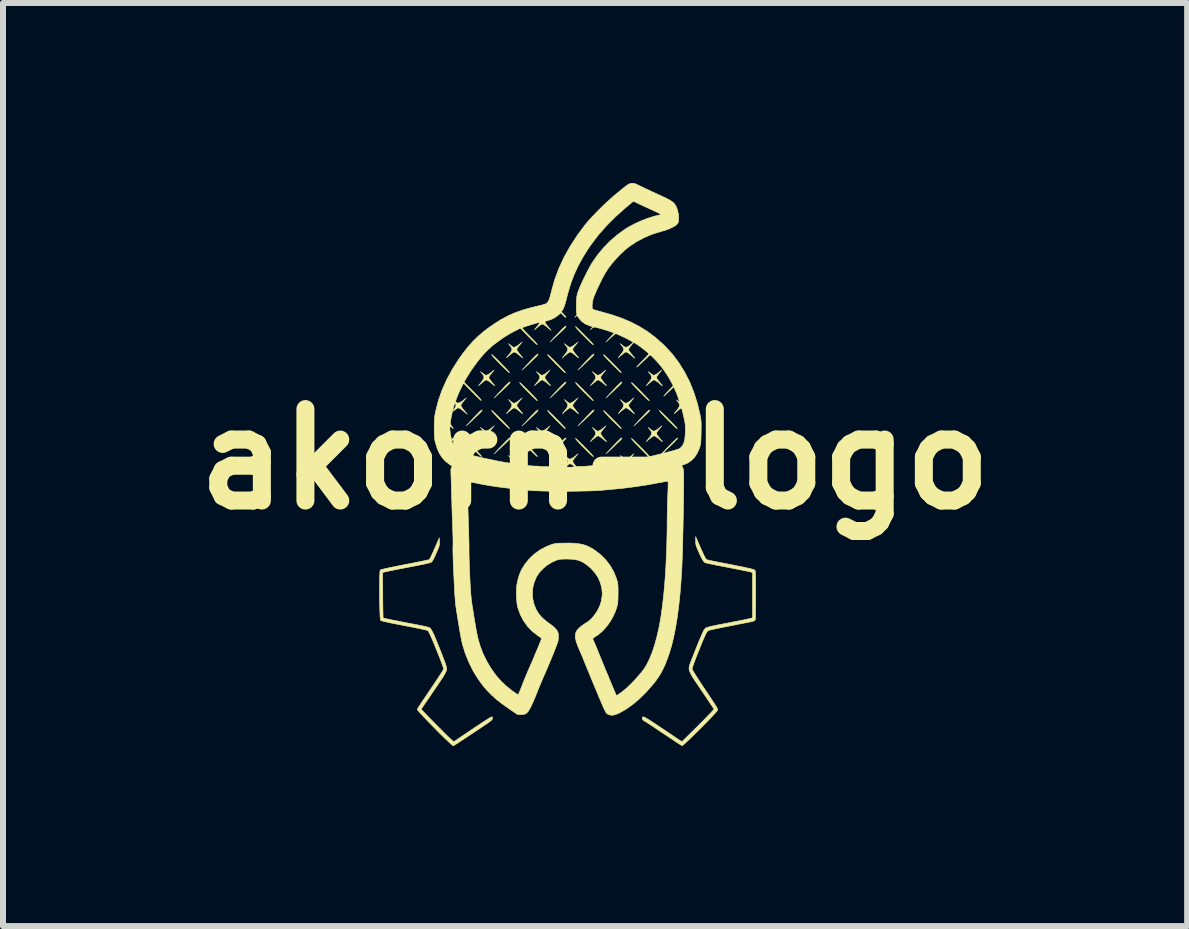
<source format=kicad_pcb>
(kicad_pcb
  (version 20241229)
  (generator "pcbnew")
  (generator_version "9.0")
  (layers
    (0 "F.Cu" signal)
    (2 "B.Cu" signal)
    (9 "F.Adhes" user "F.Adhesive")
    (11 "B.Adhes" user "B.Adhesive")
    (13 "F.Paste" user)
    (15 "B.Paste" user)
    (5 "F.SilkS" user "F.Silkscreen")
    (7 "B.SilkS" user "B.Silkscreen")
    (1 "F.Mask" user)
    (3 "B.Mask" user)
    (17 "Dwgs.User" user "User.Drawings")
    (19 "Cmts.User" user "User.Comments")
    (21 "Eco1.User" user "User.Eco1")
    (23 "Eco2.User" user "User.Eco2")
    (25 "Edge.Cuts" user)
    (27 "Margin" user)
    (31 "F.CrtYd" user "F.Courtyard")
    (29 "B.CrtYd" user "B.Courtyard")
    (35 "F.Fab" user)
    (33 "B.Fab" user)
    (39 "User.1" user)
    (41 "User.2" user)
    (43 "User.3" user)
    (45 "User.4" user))
  (footprint "akorn-logo"
    (layer "F.Cu")
    (at 6.865 4.601)
    (property "Reference" "akorn-logo" (at 0 0 0) (layer "F.SilkS") (effects (font (size 1.524 1.524) (thickness 0.3))))
    (attr through_hole)
    (fp_poly (pts (xy -2.362 -0.8) (xy -2.366 -0.796) (xy -2.371 -0.8) (xy -2.366 -0.804) (xy -2.362 -0.8)) (stroke (width 0.01) (type solid)) (fill yes) (layer "F.SilkS"))
    (fp_poly (pts (xy -1.883 -0.819) (xy -1.881 -0.815) (xy -1.883 -0.809) (xy -1.89 -0.8) (xy -1.903 -0.785) (xy -1.923 -0.765) (xy -1.953 -0.736) (xy -1.993 -0.699) (xy -2.028 -0.666) (xy -2.146 -0.555) (xy -2.052 -0.656) (xy -2.002 -0.709) (xy -1.962 -0.751) (xy -1.932 -0.782) (xy -1.909 -0.803) (xy -1.894 -0.815) (xy -1.885 -0.819) (xy -1.883 -0.819)) (stroke (width 0.01) (type solid)) (fill yes) (layer "F.SilkS"))
    (fp_poly (pts (xy -1.417 -1.284) (xy -1.415 -1.281) (xy -1.417 -1.275) (xy -1.424 -1.265) (xy -1.437 -1.251) (xy -1.458 -1.23) (xy -1.487 -1.202) (xy -1.527 -1.165) (xy -1.562 -1.131) (xy -1.681 -1.02) (xy -1.586 -1.122) (xy -1.536 -1.175) (xy -1.497 -1.217) (xy -1.466 -1.247) (xy -1.444 -1.269) (xy -1.429 -1.281) (xy -1.42 -1.285) (xy -1.417 -1.284)) (stroke (width 0.01) (type solid)) (fill yes) (layer "F.SilkS"))
    (fp_poly (pts (xy -1.417 -0.353) (xy -1.415 -0.349) (xy -1.417 -0.344) (xy -1.424 -0.334) (xy -1.437 -0.32) (xy -1.458 -0.299) (xy -1.487 -0.271) (xy -1.527 -0.233) (xy -1.562 -0.2) (xy -1.681 -0.089) (xy -1.586 -0.191) (xy -1.536 -0.244) (xy -1.497 -0.285) (xy -1.466 -0.316) (xy -1.444 -0.337) (xy -1.429 -0.349) (xy -1.42 -0.354) (xy -1.417 -0.353)) (stroke (width 0.01) (type solid)) (fill yes) (layer "F.SilkS"))
    (fp_poly (pts (xy -0.951 -1.75) (xy -0.95 -1.746) (xy -0.952 -1.741) (xy -0.958 -1.731) (xy -0.971 -1.717) (xy -0.992 -1.696) (xy -1.022 -1.668) (xy -1.061 -1.63) (xy -1.096 -1.597) (xy -1.215 -1.486) (xy -1.12 -1.588) (xy -1.071 -1.641) (xy -1.031 -1.682) (xy -1 -1.713) (xy -0.978 -1.734) (xy -0.963 -1.746) (xy -0.954 -1.751) (xy -0.951 -1.75)) (stroke (width 0.01) (type solid)) (fill yes) (layer "F.SilkS"))
    (fp_poly (pts (xy -0.951 -0.819) (xy -0.95 -0.815) (xy -0.952 -0.809) (xy -0.958 -0.8) (xy -0.971 -0.785) (xy -0.992 -0.765) (xy -1.022 -0.736) (xy -1.061 -0.699) (xy -1.096 -0.666) (xy -1.215 -0.555) (xy -1.12 -0.656) (xy -1.071 -0.709) (xy -1.031 -0.751) (xy -1 -0.782) (xy -0.978 -0.803) (xy -0.963 -0.815) (xy -0.954 -0.819) (xy -0.951 -0.819)) (stroke (width 0.01) (type solid)) (fill yes) (layer "F.SilkS"))
    (fp_poly (pts (xy -0.486 -2.216) (xy -0.484 -2.212) (xy -0.486 -2.206) (xy -0.493 -2.197) (xy -0.506 -2.182) (xy -0.526 -2.162) (xy -0.556 -2.133) (xy -0.596 -2.096) (xy -0.631 -2.063) (xy -0.749 -1.952) (xy -0.655 -2.053) (xy -0.605 -2.106) (xy -0.565 -2.148) (xy -0.535 -2.179) (xy -0.512 -2.2) (xy -0.497 -2.212) (xy -0.488 -2.216) (xy -0.486 -2.216)) (stroke (width 0.01) (type solid)) (fill yes) (layer "F.SilkS"))
    (fp_poly (pts (xy -0.486 -1.284) (xy -0.484 -1.281) (xy -0.486 -1.275) (xy -0.493 -1.265) (xy -0.506 -1.251) (xy -0.526 -1.23) (xy -0.556 -1.202) (xy -0.596 -1.165) (xy -0.631 -1.131) (xy -0.749 -1.02) (xy -0.655 -1.122) (xy -0.605 -1.175) (xy -0.565 -1.217) (xy -0.535 -1.247) (xy -0.512 -1.269) (xy -0.497 -1.281) (xy -0.488 -1.285) (xy -0.486 -1.284)) (stroke (width 0.01) (type solid)) (fill yes) (layer "F.SilkS"))
    (fp_poly (pts (xy -0.486 -0.353) (xy -0.484 -0.349) (xy -0.486 -0.344) (xy -0.493 -0.334) (xy -0.506 -0.32) (xy -0.526 -0.299) (xy -0.556 -0.271) (xy -0.596 -0.233) (xy -0.631 -0.2) (xy -0.749 -0.089) (xy -0.655 -0.191) (xy -0.605 -0.244) (xy -0.565 -0.285) (xy -0.535 -0.316) (xy -0.512 -0.337) (xy -0.497 -0.349) (xy -0.488 -0.354) (xy -0.486 -0.353)) (stroke (width 0.01) (type solid)) (fill yes) (layer "F.SilkS"))
    (fp_poly (pts (xy -0.02 -1.75) (xy -0.018 -1.746) (xy -0.02 -1.741) (xy -0.027 -1.731) (xy -0.04 -1.717) (xy -0.061 -1.696) (xy -0.09 -1.668) (xy -0.13 -1.63) (xy -0.165 -1.597) (xy -0.284 -1.486) (xy -0.189 -1.588) (xy -0.139 -1.641) (xy -0.1 -1.682) (xy -0.069 -1.713) (xy -0.047 -1.734) (xy -0.032 -1.746) (xy -0.023 -1.751) (xy -0.02 -1.75)) (stroke (width 0.01) (type solid)) (fill yes) (layer "F.SilkS"))
    (fp_poly (pts (xy -0.02 -0.819) (xy -0.018 -0.815) (xy -0.02 -0.809) (xy -0.027 -0.8) (xy -0.04 -0.785) (xy -0.061 -0.765) (xy -0.09 -0.736) (xy -0.13 -0.699) (xy -0.165 -0.666) (xy -0.284 -0.555) (xy -0.189 -0.656) (xy -0.139 -0.709) (xy -0.1 -0.751) (xy -0.069 -0.782) (xy -0.047 -0.803) (xy -0.032 -0.815) (xy -0.023 -0.819) (xy -0.02 -0.819)) (stroke (width 0.01) (type solid)) (fill yes) (layer "F.SilkS"))
    (fp_poly (pts (xy 0.446 -1.284) (xy 0.447 -1.281) (xy 0.445 -1.275) (xy 0.439 -1.265) (xy 0.426 -1.251) (xy 0.405 -1.23) (xy 0.375 -1.202) (xy 0.336 -1.165) (xy 0.301 -1.131) (xy 0.182 -1.02) (xy 0.277 -1.122) (xy 0.326 -1.175) (xy 0.366 -1.217) (xy 0.397 -1.247) (xy 0.419 -1.269) (xy 0.434 -1.281) (xy 0.443 -1.285) (xy 0.446 -1.284)) (stroke (width 0.01) (type solid)) (fill yes) (layer "F.SilkS"))
    (fp_poly (pts (xy 0.446 -0.353) (xy 0.447 -0.349) (xy 0.445 -0.344) (xy 0.439 -0.334) (xy 0.426 -0.32) (xy 0.405 -0.299) (xy 0.375 -0.271) (xy 0.336 -0.233) (xy 0.301 -0.2) (xy 0.182 -0.089) (xy 0.277 -0.191) (xy 0.326 -0.244) (xy 0.366 -0.285) (xy 0.397 -0.316) (xy 0.419 -0.337) (xy 0.434 -0.349) (xy 0.443 -0.354) (xy 0.446 -0.353)) (stroke (width 0.01) (type solid)) (fill yes) (layer "F.SilkS"))
    (fp_poly (pts (xy 0.911 -0.819) (xy 0.913 -0.815) (xy 0.911 -0.809) (xy 0.904 -0.8) (xy 0.891 -0.785) (xy 0.871 -0.765) (xy 0.841 -0.736) (xy 0.801 -0.699) (xy 0.766 -0.666) (xy 0.648 -0.555) (xy 0.742 -0.656) (xy 0.792 -0.709) (xy 0.832 -0.751) (xy 0.862 -0.782) (xy 0.885 -0.803) (xy 0.9 -0.815) (xy 0.909 -0.819) (xy 0.911 -0.819)) (stroke (width 0.01) (type solid)) (fill yes) (layer "F.SilkS"))
    (fp_poly (pts (xy -2.179 -0.341) (xy -2.161 -0.325) (xy -2.136 -0.302) (xy -2.105 -0.272) (xy -2.071 -0.238) (xy -2.035 -0.202) (xy -2 -0.166) (xy -1.968 -0.133) (xy -1.94 -0.103) (xy -1.919 -0.08) (xy -1.913 -0.074) (xy -1.896 -0.053) (xy -1.89 -0.043) (xy -1.895 -0.045) (xy -1.91 -0.057) (xy -1.935 -0.079) (xy -1.968 -0.111) (xy -2.004 -0.146) (xy -2.053 -0.195) (xy -2.096 -0.239) (xy -2.132 -0.277) (xy -2.16 -0.308) (xy -2.179 -0.331) (xy -2.188 -0.344) (xy -2.187 -0.347) (xy -2.179 -0.341)) (stroke (width 0.01) (type solid)) (fill yes) (layer "F.SilkS"))
    (fp_poly (pts (xy -1.713 -1.738) (xy -1.696 -1.722) (xy -1.67 -1.699) (xy -1.64 -1.669) (xy -1.605 -1.635) (xy -1.57 -1.599) (xy -1.535 -1.563) (xy -1.502 -1.53) (xy -1.474 -1.5) (xy -1.453 -1.477) (xy -1.448 -1.471) (xy -1.43 -1.45) (xy -1.424 -1.44) (xy -1.429 -1.442) (xy -1.444 -1.454) (xy -1.469 -1.476) (xy -1.503 -1.508) (xy -1.539 -1.543) (xy -1.588 -1.592) (xy -1.631 -1.636) (xy -1.667 -1.674) (xy -1.695 -1.705) (xy -1.713 -1.728) (xy -1.722 -1.741) (xy -1.721 -1.744) (xy -1.713 -1.738)) (stroke (width 0.01) (type solid)) (fill yes) (layer "F.SilkS"))
    (fp_poly (pts (xy -1.713 -0.807) (xy -1.696 -0.791) (xy -1.67 -0.767) (xy -1.64 -0.737) (xy -1.605 -0.703) (xy -1.57 -0.667) (xy -1.535 -0.632) (xy -1.502 -0.598) (xy -1.474 -0.569) (xy -1.453 -0.546) (xy -1.448 -0.54) (xy -1.43 -0.518) (xy -1.424 -0.509) (xy -1.429 -0.51) (xy -1.444 -0.522) (xy -1.469 -0.545) (xy -1.503 -0.577) (xy -1.539 -0.612) (xy -1.588 -0.66) (xy -1.631 -0.704) (xy -1.667 -0.743) (xy -1.695 -0.774) (xy -1.713 -0.797) (xy -1.722 -0.81) (xy -1.721 -0.813) (xy -1.713 -0.807)) (stroke (width 0.01) (type solid)) (fill yes) (layer "F.SilkS"))
    (fp_poly (pts (xy -1.248 -1.273) (xy -1.23 -1.257) (xy -1.205 -1.233) (xy -1.174 -1.203) (xy -1.14 -1.169) (xy -1.104 -1.133) (xy -1.069 -1.097) (xy -1.036 -1.064) (xy -1.009 -1.035) (xy -0.988 -1.012) (xy -0.982 -1.005) (xy -0.965 -0.984) (xy -0.959 -0.974) (xy -0.964 -0.976) (xy -0.979 -0.988) (xy -1.003 -1.01) (xy -1.037 -1.042) (xy -1.073 -1.077) (xy -1.122 -1.126) (xy -1.165 -1.17) (xy -1.201 -1.208) (xy -1.229 -1.239) (xy -1.248 -1.262) (xy -1.256 -1.276) (xy -1.255 -1.278) (xy -1.248 -1.273)) (stroke (width 0.01) (type solid)) (fill yes) (layer "F.SilkS"))
    (fp_poly (pts (xy -1.248 -0.341) (xy -1.23 -0.325) (xy -1.205 -0.302) (xy -1.174 -0.272) (xy -1.14 -0.238) (xy -1.104 -0.202) (xy -1.069 -0.166) (xy -1.036 -0.133) (xy -1.009 -0.103) (xy -0.988 -0.08) (xy -0.982 -0.074) (xy -0.965 -0.053) (xy -0.959 -0.043) (xy -0.964 -0.045) (xy -0.979 -0.057) (xy -1.003 -0.079) (xy -1.037 -0.111) (xy -1.073 -0.146) (xy -1.122 -0.195) (xy -1.165 -0.239) (xy -1.201 -0.277) (xy -1.229 -0.308) (xy -1.248 -0.331) (xy -1.256 -0.344) (xy -1.255 -0.347) (xy -1.248 -0.341)) (stroke (width 0.01) (type solid)) (fill yes) (layer "F.SilkS"))
    (fp_poly (pts (xy -0.782 -1.738) (xy -0.764 -1.722) (xy -0.739 -1.699) (xy -0.708 -1.669) (xy -0.674 -1.635) (xy -0.638 -1.599) (xy -0.603 -1.563) (xy -0.571 -1.53) (xy -0.543 -1.5) (xy -0.522 -1.477) (xy -0.516 -1.471) (xy -0.499 -1.45) (xy -0.493 -1.44) (xy -0.498 -1.442) (xy -0.513 -1.454) (xy -0.538 -1.476) (xy -0.571 -1.508) (xy -0.607 -1.543) (xy -0.656 -1.592) (xy -0.699 -1.636) (xy -0.735 -1.674) (xy -0.763 -1.705) (xy -0.782 -1.728) (xy -0.791 -1.741) (xy -0.79 -1.744) (xy -0.782 -1.738)) (stroke (width 0.01) (type solid)) (fill yes) (layer "F.SilkS"))
    (fp_poly (pts (xy -0.782 -0.807) (xy -0.764 -0.791) (xy -0.739 -0.767) (xy -0.708 -0.737) (xy -0.674 -0.703) (xy -0.638 -0.667) (xy -0.603 -0.632) (xy -0.571 -0.598) (xy -0.543 -0.569) (xy -0.522 -0.546) (xy -0.516 -0.54) (xy -0.499 -0.518) (xy -0.493 -0.509) (xy -0.498 -0.51) (xy -0.513 -0.522) (xy -0.538 -0.545) (xy -0.571 -0.577) (xy -0.607 -0.612) (xy -0.656 -0.66) (xy -0.699 -0.704) (xy -0.735 -0.743) (xy -0.763 -0.774) (xy -0.782 -0.797) (xy -0.791 -0.81) (xy -0.79 -0.813) (xy -0.782 -0.807)) (stroke (width 0.01) (type solid)) (fill yes) (layer "F.SilkS"))
    (fp_poly (pts (xy -0.316 -2.204) (xy -0.299 -2.188) (xy -0.273 -2.164) (xy -0.243 -2.134) (xy -0.208 -2.1) (xy -0.173 -2.064) (xy -0.138 -2.029) (xy -0.105 -1.995) (xy -0.077 -1.966) (xy -0.056 -1.943) (xy -0.051 -1.937) (xy -0.033 -1.915) (xy -0.027 -1.906) (xy -0.032 -1.907) (xy -0.047 -1.919) (xy -0.072 -1.942) (xy -0.106 -1.974) (xy -0.142 -2.009) (xy -0.191 -2.057) (xy -0.234 -2.101) (xy -0.27 -2.14) (xy -0.298 -2.171) (xy -0.316 -2.194) (xy -0.325 -2.207) (xy -0.324 -2.21) (xy -0.316 -2.204)) (stroke (width 0.01) (type solid)) (fill yes) (layer "F.SilkS"))
    (fp_poly (pts (xy -0.316 -1.273) (xy -0.299 -1.257) (xy -0.273 -1.233) (xy -0.243 -1.203) (xy -0.208 -1.169) (xy -0.173 -1.133) (xy -0.138 -1.097) (xy -0.105 -1.064) (xy -0.077 -1.035) (xy -0.056 -1.012) (xy -0.051 -1.005) (xy -0.033 -0.984) (xy -0.027 -0.974) (xy -0.032 -0.976) (xy -0.047 -0.988) (xy -0.072 -1.01) (xy -0.106 -1.042) (xy -0.142 -1.077) (xy -0.191 -1.126) (xy -0.234 -1.17) (xy -0.27 -1.208) (xy -0.298 -1.239) (xy -0.316 -1.262) (xy -0.325 -1.276) (xy -0.324 -1.278) (xy -0.316 -1.273)) (stroke (width 0.01) (type solid)) (fill yes) (layer "F.SilkS"))
    (fp_poly (pts (xy -0.316 -0.341) (xy -0.299 -0.325) (xy -0.273 -0.302) (xy -0.243 -0.272) (xy -0.208 -0.238) (xy -0.173 -0.202) (xy -0.138 -0.166) (xy -0.105 -0.133) (xy -0.077 -0.103) (xy -0.056 -0.08) (xy -0.051 -0.074) (xy -0.033 -0.053) (xy -0.027 -0.043) (xy -0.032 -0.045) (xy -0.047 -0.057) (xy -0.072 -0.079) (xy -0.106 -0.111) (xy -0.142 -0.146) (xy -0.191 -0.195) (xy -0.234 -0.239) (xy -0.27 -0.277) (xy -0.298 -0.308) (xy -0.316 -0.331) (xy -0.325 -0.344) (xy -0.324 -0.347) (xy -0.316 -0.341)) (stroke (width 0.01) (type solid)) (fill yes) (layer "F.SilkS"))
    (fp_poly (pts (xy 0.149 -1.738) (xy 0.167 -1.722) (xy 0.192 -1.699) (xy 0.223 -1.669) (xy 0.257 -1.635) (xy 0.293 -1.599) (xy 0.328 -1.563) (xy 0.361 -1.53) (xy 0.388 -1.5) (xy 0.409 -1.477) (xy 0.415 -1.471) (xy 0.432 -1.45) (xy 0.438 -1.44) (xy 0.433 -1.442) (xy 0.418 -1.454) (xy 0.394 -1.476) (xy 0.36 -1.508) (xy 0.324 -1.543) (xy 0.275 -1.592) (xy 0.232 -1.636) (xy 0.196 -1.674) (xy 0.168 -1.705) (xy 0.149 -1.728) (xy 0.141 -1.741) (xy 0.142 -1.744) (xy 0.149 -1.738)) (stroke (width 0.01) (type solid)) (fill yes) (layer "F.SilkS"))
    (fp_poly (pts (xy 0.149 -0.807) (xy 0.167 -0.791) (xy 0.192 -0.767) (xy 0.223 -0.737) (xy 0.257 -0.703) (xy 0.293 -0.667) (xy 0.328 -0.632) (xy 0.361 -0.598) (xy 0.388 -0.569) (xy 0.409 -0.546) (xy 0.415 -0.54) (xy 0.432 -0.518) (xy 0.438 -0.509) (xy 0.433 -0.51) (xy 0.418 -0.522) (xy 0.394 -0.545) (xy 0.36 -0.577) (xy 0.324 -0.612) (xy 0.275 -0.66) (xy 0.232 -0.704) (xy 0.196 -0.743) (xy 0.168 -0.774) (xy 0.149 -0.797) (xy 0.141 -0.81) (xy 0.142 -0.813) (xy 0.149 -0.807)) (stroke (width 0.01) (type solid)) (fill yes) (layer "F.SilkS"))
    (fp_poly (pts (xy 0.615 -1.273) (xy 0.633 -1.257) (xy 0.658 -1.233) (xy 0.689 -1.203) (xy 0.723 -1.169) (xy 0.759 -1.133) (xy 0.794 -1.097) (xy 0.826 -1.064) (xy 0.854 -1.035) (xy 0.875 -1.012) (xy 0.881 -1.005) (xy 0.898 -0.984) (xy 0.904 -0.974) (xy 0.899 -0.976) (xy 0.884 -0.988) (xy 0.859 -1.01) (xy 0.826 -1.042) (xy 0.79 -1.077) (xy 0.741 -1.126) (xy 0.698 -1.17) (xy 0.662 -1.208) (xy 0.634 -1.239) (xy 0.615 -1.262) (xy 0.606 -1.276) (xy 0.607 -1.278) (xy 0.615 -1.273)) (stroke (width 0.01) (type solid)) (fill yes) (layer "F.SilkS"))
    (fp_poly (pts (xy 1.081 -0.807) (xy 1.098 -0.791) (xy 1.124 -0.767) (xy 1.154 -0.737) (xy 1.189 -0.703) (xy 1.224 -0.667) (xy 1.259 -0.632) (xy 1.292 -0.598) (xy 1.32 -0.569) (xy 1.341 -0.546) (xy 1.346 -0.54) (xy 1.364 -0.518) (xy 1.37 -0.509) (xy 1.365 -0.51) (xy 1.35 -0.522) (xy 1.325 -0.545) (xy 1.291 -0.577) (xy 1.255 -0.612) (xy 1.206 -0.66) (xy 1.163 -0.704) (xy 1.127 -0.743) (xy 1.099 -0.774) (xy 1.081 -0.797) (xy 1.072 -0.81) (xy 1.073 -0.813) (xy 1.081 -0.807)) (stroke (width 0.01) (type solid)) (fill yes) (layer "F.SilkS"))
    (fp_poly (pts (xy -1.725 -1.433) (xy -1.746 -1.406) (xy -1.761 -1.383) (xy -1.769 -1.367) (xy -1.77 -1.365) (xy -1.767 -1.351) (xy -1.757 -1.333) (xy -1.739 -1.308) (xy -1.712 -1.273) (xy -1.703 -1.264) (xy -1.682 -1.238) (xy -1.672 -1.224) (xy -1.673 -1.222) (xy -1.685 -1.232) (xy -1.702 -1.246) (xy -1.741 -1.279) (xy -1.775 -1.303) (xy -1.8 -1.317) (xy -1.813 -1.321) (xy -1.826 -1.316) (xy -1.847 -1.302) (xy -1.874 -1.281) (xy -1.885 -1.272) (xy -1.942 -1.224) (xy -1.902 -1.273) (xy -1.873 -1.311) (xy -1.856 -1.341) (xy -1.851 -1.366) (xy -1.856 -1.389) (xy -1.873 -1.416) (xy -1.885 -1.431) (xy -1.909 -1.459) (xy -1.868 -1.428) (xy -1.845 -1.412) (xy -1.828 -1.4) (xy -1.82 -1.397) (xy -1.797 -1.403) (xy -1.765 -1.42) (xy -1.729 -1.446) (xy -1.724 -1.45) (xy -1.681 -1.486) (xy -1.725 -1.433)) (stroke (width 0.01) (type solid)) (fill yes) (layer "F.SilkS"))
    (fp_poly (pts (xy -1.725 -0.501) (xy -1.746 -0.475) (xy -1.761 -0.451) (xy -1.769 -0.436) (xy -1.77 -0.433) (xy -1.767 -0.42) (xy -1.757 -0.401) (xy -1.739 -0.376) (xy -1.712 -0.342) (xy -1.703 -0.332) (xy -1.682 -0.306) (xy -1.672 -0.293) (xy -1.673 -0.291) (xy -1.685 -0.3) (xy -1.702 -0.315) (xy -1.741 -0.347) (xy -1.775 -0.372) (xy -1.8 -0.386) (xy -1.813 -0.389) (xy -1.826 -0.384) (xy -1.847 -0.37) (xy -1.874 -0.35) (xy -1.885 -0.341) (xy -1.942 -0.292) (xy -1.902 -0.342) (xy -1.873 -0.38) (xy -1.856 -0.409) (xy -1.851 -0.434) (xy -1.856 -0.458) (xy -1.873 -0.484) (xy -1.885 -0.499) (xy -1.909 -0.528) (xy -1.868 -0.497) (xy -1.845 -0.48) (xy -1.828 -0.469) (xy -1.82 -0.466) (xy -1.797 -0.472) (xy -1.765 -0.489) (xy -1.729 -0.515) (xy -1.724 -0.519) (xy -1.681 -0.555) (xy -1.725 -0.501)) (stroke (width 0.01) (type solid)) (fill yes) (layer "F.SilkS"))
    (fp_poly (pts (xy -1.26 -1.898) (xy -1.28 -1.872) (xy -1.296 -1.848) (xy -1.303 -1.833) (xy -1.304 -1.83) (xy -1.301 -1.817) (xy -1.291 -1.798) (xy -1.274 -1.773) (xy -1.246 -1.739) (xy -1.238 -1.729) (xy -1.216 -1.703) (xy -1.206 -1.69) (xy -1.207 -1.688) (xy -1.219 -1.697) (xy -1.236 -1.712) (xy -1.276 -1.744) (xy -1.309 -1.769) (xy -1.335 -1.783) (xy -1.347 -1.786) (xy -1.36 -1.781) (xy -1.382 -1.767) (xy -1.408 -1.747) (xy -1.419 -1.738) (xy -1.477 -1.689) (xy -1.436 -1.739) (xy -1.407 -1.777) (xy -1.39 -1.806) (xy -1.385 -1.831) (xy -1.391 -1.855) (xy -1.407 -1.881) (xy -1.419 -1.896) (xy -1.443 -1.925) (xy -1.403 -1.894) (xy -1.38 -1.877) (xy -1.362 -1.866) (xy -1.355 -1.863) (xy -1.331 -1.869) (xy -1.299 -1.886) (xy -1.263 -1.912) (xy -1.258 -1.916) (xy -1.215 -1.952) (xy -1.26 -1.898)) (stroke (width 0.01) (type solid)) (fill yes) (layer "F.SilkS"))
    (fp_poly (pts (xy -1.26 -0.967) (xy -1.28 -0.94) (xy -1.296 -0.917) (xy -1.303 -0.901) (xy -1.304 -0.899) (xy -1.301 -0.885) (xy -1.291 -0.867) (xy -1.274 -0.842) (xy -1.246 -0.808) (xy -1.238 -0.798) (xy -1.216 -0.772) (xy -1.206 -0.758) (xy -1.207 -0.756) (xy -1.219 -0.766) (xy -1.236 -0.78) (xy -1.276 -0.813) (xy -1.309 -0.837) (xy -1.335 -0.852) (xy -1.347 -0.855) (xy -1.36 -0.85) (xy -1.382 -0.836) (xy -1.408 -0.816) (xy -1.419 -0.807) (xy -1.477 -0.758) (xy -1.436 -0.808) (xy -1.407 -0.845) (xy -1.39 -0.875) (xy -1.385 -0.9) (xy -1.391 -0.924) (xy -1.407 -0.95) (xy -1.419 -0.965) (xy -1.443 -0.994) (xy -1.403 -0.962) (xy -1.38 -0.946) (xy -1.362 -0.935) (xy -1.355 -0.931) (xy -1.331 -0.937) (xy -1.299 -0.954) (xy -1.263 -0.98) (xy -1.258 -0.985) (xy -1.215 -1.02) (xy -1.26 -0.967)) (stroke (width 0.01) (type solid)) (fill yes) (layer "F.SilkS"))
    (fp_poly (pts (xy -0.794 -1.433) (xy -0.815 -1.406) (xy -0.83 -1.383) (xy -0.838 -1.367) (xy -0.838 -1.365) (xy -0.835 -1.351) (xy -0.826 -1.333) (xy -0.808 -1.308) (xy -0.78 -1.273) (xy -0.772 -1.264) (xy -0.751 -1.238) (xy -0.74 -1.224) (xy -0.742 -1.222) (xy -0.754 -1.232) (xy -0.77 -1.246) (xy -0.81 -1.279) (xy -0.844 -1.303) (xy -0.869 -1.317) (xy -0.881 -1.321) (xy -0.894 -1.316) (xy -0.916 -1.302) (xy -0.943 -1.281) (xy -0.954 -1.272) (xy -1.011 -1.224) (xy -0.971 -1.273) (xy -0.942 -1.311) (xy -0.925 -1.341) (xy -0.919 -1.366) (xy -0.925 -1.389) (xy -0.942 -1.416) (xy -0.954 -1.431) (xy -0.978 -1.459) (xy -0.937 -1.428) (xy -0.914 -1.412) (xy -0.896 -1.4) (xy -0.889 -1.397) (xy -0.865 -1.403) (xy -0.834 -1.42) (xy -0.798 -1.446) (xy -0.793 -1.45) (xy -0.75 -1.486) (xy -0.794 -1.433)) (stroke (width 0.01) (type solid)) (fill yes) (layer "F.SilkS"))
    (fp_poly (pts (xy -0.794 -0.501) (xy -0.815 -0.475) (xy -0.83 -0.451) (xy -0.838 -0.436) (xy -0.838 -0.433) (xy -0.835 -0.42) (xy -0.826 -0.401) (xy -0.808 -0.376) (xy -0.78 -0.342) (xy -0.772 -0.332) (xy -0.751 -0.306) (xy -0.74 -0.293) (xy -0.742 -0.291) (xy -0.754 -0.3) (xy -0.77 -0.315) (xy -0.81 -0.347) (xy -0.844 -0.372) (xy -0.869 -0.386) (xy -0.881 -0.389) (xy -0.894 -0.384) (xy -0.916 -0.37) (xy -0.943 -0.35) (xy -0.954 -0.341) (xy -1.011 -0.292) (xy -0.971 -0.342) (xy -0.942 -0.38) (xy -0.925 -0.409) (xy -0.919 -0.434) (xy -0.925 -0.458) (xy -0.942 -0.484) (xy -0.954 -0.499) (xy -0.978 -0.528) (xy -0.937 -0.497) (xy -0.914 -0.48) (xy -0.896 -0.469) (xy -0.889 -0.466) (xy -0.865 -0.472) (xy -0.834 -0.489) (xy -0.798 -0.515) (xy -0.793 -0.519) (xy -0.75 -0.555) (xy -0.794 -0.501)) (stroke (width 0.01) (type solid)) (fill yes) (layer "F.SilkS"))
    (fp_poly (pts (xy -0.328 -1.898) (xy -0.349 -1.872) (xy -0.364 -1.848) (xy -0.372 -1.833) (xy -0.373 -1.83) (xy -0.37 -1.817) (xy -0.36 -1.798) (xy -0.342 -1.773) (xy -0.315 -1.739) (xy -0.306 -1.729) (xy -0.285 -1.703) (xy -0.275 -1.69) (xy -0.276 -1.688) (xy -0.288 -1.697) (xy -0.305 -1.712) (xy -0.344 -1.744) (xy -0.378 -1.769) (xy -0.403 -1.783) (xy -0.416 -1.786) (xy -0.429 -1.781) (xy -0.45 -1.767) (xy -0.477 -1.747) (xy -0.488 -1.738) (xy -0.545 -1.689) (xy -0.505 -1.739) (xy -0.476 -1.777) (xy -0.459 -1.806) (xy -0.454 -1.831) (xy -0.459 -1.855) (xy -0.476 -1.881) (xy -0.488 -1.896) (xy -0.512 -1.925) (xy -0.471 -1.894) (xy -0.448 -1.877) (xy -0.431 -1.866) (xy -0.423 -1.863) (xy -0.4 -1.869) (xy -0.368 -1.886) (xy -0.332 -1.912) (xy -0.327 -1.916) (xy -0.284 -1.952) (xy -0.328 -1.898)) (stroke (width 0.01) (type solid)) (fill yes) (layer "F.SilkS"))
    (fp_poly (pts (xy -0.328 -0.967) (xy -0.349 -0.94) (xy -0.364 -0.917) (xy -0.372 -0.901) (xy -0.373 -0.899) (xy -0.37 -0.885) (xy -0.36 -0.867) (xy -0.342 -0.842) (xy -0.315 -0.808) (xy -0.306 -0.798) (xy -0.285 -0.772) (xy -0.275 -0.758) (xy -0.276 -0.756) (xy -0.288 -0.766) (xy -0.305 -0.78) (xy -0.344 -0.813) (xy -0.378 -0.837) (xy -0.403 -0.852) (xy -0.416 -0.855) (xy -0.429 -0.85) (xy -0.45 -0.836) (xy -0.477 -0.816) (xy -0.488 -0.807) (xy -0.545 -0.758) (xy -0.505 -0.808) (xy -0.476 -0.845) (xy -0.459 -0.875) (xy -0.454 -0.9) (xy -0.459 -0.924) (xy -0.476 -0.95) (xy -0.488 -0.965) (xy -0.512 -0.994) (xy -0.471 -0.962) (xy -0.448 -0.946) (xy -0.431 -0.935) (xy -0.423 -0.931) (xy -0.4 -0.937) (xy -0.368 -0.954) (xy -0.332 -0.98) (xy -0.327 -0.985) (xy -0.284 -1.02) (xy -0.328 -0.967)) (stroke (width 0.01) (type solid)) (fill yes) (layer "F.SilkS"))
    (fp_poly (pts (xy 0.137 -1.433) (xy 0.117 -1.406) (xy 0.101 -1.383) (xy 0.094 -1.367) (xy 0.093 -1.365) (xy 0.096 -1.351) (xy 0.106 -1.333) (xy 0.123 -1.308) (xy 0.151 -1.273) (xy 0.159 -1.264) (xy 0.181 -1.238) (xy 0.191 -1.224) (xy 0.19 -1.222) (xy 0.178 -1.232) (xy 0.161 -1.246) (xy 0.121 -1.279) (xy 0.088 -1.303) (xy 0.062 -1.317) (xy 0.05 -1.321) (xy 0.037 -1.316) (xy 0.015 -1.302) (xy -0.011 -1.281) (xy -0.022 -1.272) (xy -0.08 -1.224) (xy -0.039 -1.273) (xy -0.01 -1.311) (xy 0.007 -1.341) (xy 0.012 -1.366) (xy 0.006 -1.389) (xy -0.01 -1.416) (xy -0.022 -1.431) (xy -0.046 -1.459) (xy -0.006 -1.428) (xy 0.017 -1.412) (xy 0.035 -1.4) (xy 0.042 -1.397) (xy 0.066 -1.403) (xy 0.098 -1.42) (xy 0.134 -1.446) (xy 0.139 -1.45) (xy 0.182 -1.486) (xy 0.137 -1.433)) (stroke (width 0.01) (type solid)) (fill yes) (layer "F.SilkS"))
    (fp_poly (pts (xy 0.137 -0.501) (xy 0.117 -0.475) (xy 0.101 -0.451) (xy 0.094 -0.436) (xy 0.093 -0.433) (xy 0.096 -0.42) (xy 0.106 -0.401) (xy 0.123 -0.376) (xy 0.151 -0.342) (xy 0.159 -0.332) (xy 0.181 -0.306) (xy 0.191 -0.293) (xy 0.19 -0.291) (xy 0.178 -0.3) (xy 0.161 -0.315) (xy 0.121 -0.347) (xy 0.088 -0.372) (xy 0.062 -0.386) (xy 0.05 -0.389) (xy 0.037 -0.384) (xy 0.015 -0.37) (xy -0.011 -0.35) (xy -0.022 -0.341) (xy -0.08 -0.292) (xy -0.039 -0.342) (xy -0.01 -0.38) (xy 0.007 -0.409) (xy 0.012 -0.434) (xy 0.006 -0.458) (xy -0.01 -0.484) (xy -0.022 -0.499) (xy -0.046 -0.528) (xy -0.006 -0.497) (xy 0.017 -0.48) (xy 0.035 -0.469) (xy 0.042 -0.466) (xy 0.066 -0.472) (xy 0.098 -0.489) (xy 0.134 -0.515) (xy 0.139 -0.519) (xy 0.182 -0.555) (xy 0.137 -0.501)) (stroke (width 0.01) (type solid)) (fill yes) (layer "F.SilkS"))
    (fp_poly (pts (xy 0.603 -0.967) (xy 0.582 -0.94) (xy 0.567 -0.917) (xy 0.559 -0.901) (xy 0.559 -0.899) (xy 0.562 -0.885) (xy 0.571 -0.867) (xy 0.589 -0.842) (xy 0.617 -0.808) (xy 0.625 -0.798) (xy 0.646 -0.772) (xy 0.657 -0.758) (xy 0.655 -0.756) (xy 0.643 -0.766) (xy 0.627 -0.78) (xy 0.587 -0.813) (xy 0.553 -0.837) (xy 0.528 -0.852) (xy 0.516 -0.855) (xy 0.503 -0.85) (xy 0.481 -0.836) (xy 0.454 -0.816) (xy 0.443 -0.807) (xy 0.386 -0.758) (xy 0.426 -0.808) (xy 0.455 -0.845) (xy 0.472 -0.875) (xy 0.478 -0.9) (xy 0.472 -0.924) (xy 0.455 -0.95) (xy 0.443 -0.965) (xy 0.419 -0.994) (xy 0.46 -0.962) (xy 0.483 -0.946) (xy 0.501 -0.935) (xy 0.508 -0.931) (xy 0.532 -0.937) (xy 0.563 -0.954) (xy 0.599 -0.98) (xy 0.604 -0.985) (xy 0.647 -1.02) (xy 0.603 -0.967)) (stroke (width 0.01) (type solid)) (fill yes) (layer "F.SilkS"))
    (fp_poly (pts (xy 1.069 -1.433) (xy 1.048 -1.406) (xy 1.033 -1.383) (xy 1.025 -1.367) (xy 1.024 -1.365) (xy 1.027 -1.351) (xy 1.037 -1.333) (xy 1.055 -1.308) (xy 1.082 -1.273) (xy 1.091 -1.264) (xy 1.112 -1.238) (xy 1.122 -1.224) (xy 1.121 -1.222) (xy 1.109 -1.232) (xy 1.092 -1.246) (xy 1.053 -1.279) (xy 1.019 -1.303) (xy 0.994 -1.317) (xy 0.981 -1.321) (xy 0.968 -1.316) (xy 0.947 -1.302) (xy 0.92 -1.281) (xy 0.909 -1.272) (xy 0.852 -1.224) (xy 0.892 -1.273) (xy 0.921 -1.311) (xy 0.938 -1.341) (xy 0.943 -1.366) (xy 0.938 -1.389) (xy 0.921 -1.416) (xy 0.909 -1.431) (xy 0.885 -1.459) (xy 0.926 -1.428) (xy 0.949 -1.412) (xy 0.966 -1.4) (xy 0.974 -1.397) (xy 0.997 -1.403) (xy 1.029 -1.42) (xy 1.065 -1.446) (xy 1.07 -1.45) (xy 1.113 -1.486) (xy 1.069 -1.433)) (stroke (width 0.01) (type solid)) (fill yes) (layer "F.SilkS"))
    (fp_poly (pts (xy 1.069 -0.501) (xy 1.048 -0.475) (xy 1.033 -0.451) (xy 1.025 -0.436) (xy 1.024 -0.433) (xy 1.027 -0.42) (xy 1.037 -0.401) (xy 1.055 -0.376) (xy 1.082 -0.342) (xy 1.091 -0.332) (xy 1.112 -0.306) (xy 1.122 -0.293) (xy 1.121 -0.291) (xy 1.109 -0.3) (xy 1.092 -0.315) (xy 1.053 -0.347) (xy 1.019 -0.372) (xy 0.994 -0.386) (xy 0.981 -0.389) (xy 0.968 -0.384) (xy 0.947 -0.37) (xy 0.92 -0.35) (xy 0.909 -0.341) (xy 0.852 -0.292) (xy 0.892 -0.342) (xy 0.921 -0.38) (xy 0.938 -0.409) (xy 0.943 -0.434) (xy 0.938 -0.458) (xy 0.921 -0.484) (xy 0.909 -0.499) (xy 0.885 -0.528) (xy 0.926 -0.497) (xy 0.949 -0.48) (xy 0.966 -0.469) (xy 0.974 -0.466) (xy 0.997 -0.472) (xy 1.029 -0.489) (xy 1.065 -0.515) (xy 1.07 -0.519) (xy 1.113 -0.555) (xy 1.069 -0.501)) (stroke (width 0.01) (type solid)) (fill yes) (layer "F.SilkS"))
    (fp_poly (pts (xy 1.73 1.414) (xy 1.761 1.484) (xy 1.786 1.54) (xy 1.806 1.584) (xy 1.822 1.617) (xy 1.834 1.641) (xy 1.845 1.657) (xy 1.853 1.668) (xy 1.861 1.674) (xy 1.866 1.676) (xy 1.88 1.68) (xy 1.907 1.686) (xy 1.948 1.695) (xy 1.998 1.705) (xy 2.056 1.717) (xy 2.12 1.729) (xy 2.152 1.736) (xy 2.26 1.756) (xy 2.352 1.775) (xy 2.429 1.79) (xy 2.493 1.803) (xy 2.545 1.815) (xy 2.586 1.824) (xy 2.618 1.832) (xy 2.64 1.839) (xy 2.655 1.845) (xy 2.663 1.85) (xy 2.665 1.852) (xy 2.668 1.859) (xy 2.67 1.875) (xy 2.672 1.9) (xy 2.673 1.935) (xy 2.674 1.982) (xy 2.675 2.042) (xy 2.675 2.116) (xy 2.675 2.205) (xy 2.675 2.253) (xy 2.675 2.333) (xy 2.675 2.409) (xy 2.675 2.478) (xy 2.674 2.54) (xy 2.673 2.591) (xy 2.672 2.63) (xy 2.671 2.656) (xy 2.67 2.666) (xy 2.668 2.675) (xy 2.665 2.682) (xy 2.66 2.689) (xy 2.649 2.694) (xy 2.632 2.7) (xy 2.607 2.707) (xy 2.571 2.715) (xy 2.524 2.724) (xy 2.462 2.736) (xy 2.426 2.743) (xy 2.31 2.766) (xy 2.21 2.786) (xy 2.125 2.802) (xy 2.055 2.817) (xy 1.998 2.829) (xy 1.953 2.839) (xy 1.921 2.846) (xy 1.899 2.852) (xy 1.889 2.856) (xy 1.879 2.862) (xy 1.87 2.872) (xy 1.859 2.888) (xy 1.846 2.911) (xy 1.831 2.943) (xy 1.812 2.986) (xy 1.789 3.04) (xy 1.761 3.108) (xy 1.746 3.145) (xy 1.709 3.239) (xy 1.677 3.318) (xy 1.653 3.383) (xy 1.635 3.433) (xy 1.623 3.47) (xy 1.618 3.493) (xy 1.617 3.499) (xy 1.622 3.51) (xy 1.635 3.533) (xy 1.656 3.567) (xy 1.683 3.611) (xy 1.716 3.662) (xy 1.755 3.721) (xy 1.796 3.784) (xy 1.835 3.842) (xy 1.886 3.918) (xy 1.928 3.981) (xy 1.962 4.033) (xy 1.989 4.074) (xy 2.01 4.107) (xy 2.025 4.131) (xy 2.035 4.15) (xy 2.041 4.163) (xy 2.043 4.172) (xy 2.043 4.179) (xy 2.041 4.185) (xy 2.04 4.187) (xy 2.028 4.202) (xy 2.007 4.227) (xy 1.976 4.26) (xy 1.939 4.299) (xy 1.896 4.344) (xy 1.848 4.393) (xy 1.798 4.444) (xy 1.746 4.496) (xy 1.694 4.547) (xy 1.644 4.597) (xy 1.597 4.643) (xy 1.553 4.685) (xy 1.516 4.72) (xy 1.485 4.748) (xy 1.463 4.767) (xy 1.451 4.775) (xy 1.45 4.775) (xy 1.442 4.77) (xy 1.421 4.757) (xy 1.39 4.737) (xy 1.348 4.71) (xy 1.299 4.677) (xy 1.244 4.64) (xy 1.183 4.6) (xy 1.16 4.584) (xy 1.096 4.542) (xy 1.035 4.501) (xy 0.979 4.463) (xy 0.929 4.43) (xy 0.887 4.403) (xy 0.855 4.382) (xy 0.835 4.37) (xy 0.832 4.368) (xy 0.806 4.352) (xy 0.793 4.339) (xy 0.788 4.325) (xy 0.787 4.317) (xy 0.788 4.307) (xy 0.79 4.299) (xy 0.796 4.294) (xy 0.805 4.294) (xy 0.819 4.299) (xy 0.839 4.308) (xy 0.867 4.324) (xy 0.903 4.346) (xy 0.948 4.375) (xy 1.003 4.411) (xy 1.07 4.456) (xy 1.15 4.509) (xy 1.181 4.53) (xy 1.236 4.567) (xy 1.288 4.602) (xy 1.334 4.633) (xy 1.373 4.659) (xy 1.403 4.679) (xy 1.421 4.691) (xy 1.425 4.693) (xy 1.448 4.708) (xy 1.665 4.494) (xy 1.717 4.442) (xy 1.768 4.391) (xy 1.816 4.343) (xy 1.858 4.3) (xy 1.893 4.264) (xy 1.919 4.237) (xy 1.933 4.222) (xy 1.984 4.165) (xy 1.775 3.854) (xy 1.723 3.777) (xy 1.679 3.712) (xy 1.643 3.658) (xy 1.615 3.613) (xy 1.594 3.575) (xy 1.579 3.543) (xy 1.57 3.514) (xy 1.567 3.488) (xy 1.569 3.462) (xy 1.575 3.434) (xy 1.586 3.403) (xy 1.6 3.366) (xy 1.617 3.323) (xy 1.623 3.309) (xy 1.65 3.238) (xy 1.679 3.166) (xy 1.707 3.095) (xy 1.734 3.029) (xy 1.76 2.969) (xy 1.782 2.918) (xy 1.799 2.879) (xy 1.808 2.861) (xy 1.823 2.836) (xy 1.839 2.817) (xy 1.848 2.811) (xy 1.868 2.804) (xy 1.899 2.795) (xy 1.938 2.785) (xy 1.981 2.776) (xy 2.022 2.767) (xy 2.049 2.761) (xy 2.102 2.752) (xy 2.161 2.74) (xy 2.224 2.728) (xy 2.289 2.715) (xy 2.354 2.703) (xy 2.416 2.69) (xy 2.472 2.679) (xy 2.522 2.668) (xy 2.561 2.66) (xy 2.589 2.654) (xy 2.603 2.65) (xy 2.603 2.65) (xy 2.625 2.642) (xy 2.625 1.889) (xy 2.593 1.88) (xy 2.577 1.876) (xy 2.552 1.87) (xy 2.516 1.863) (xy 2.469 1.853) (xy 2.409 1.841) (xy 2.336 1.827) (xy 2.249 1.81) (xy 2.147 1.79) (xy 2.066 1.774) (xy 2.008 1.763) (xy 1.955 1.752) (xy 1.908 1.742) (xy 1.871 1.734) (xy 1.847 1.728) (xy 1.839 1.726) (xy 1.826 1.719) (xy 1.812 1.706) (xy 1.797 1.684) (xy 1.779 1.653) (xy 1.757 1.611) (xy 1.732 1.555) (xy 1.71 1.506) (xy 1.694 1.468) (xy 1.684 1.439) (xy 1.679 1.413) (xy 1.677 1.383) (xy 1.677 1.361) (xy 1.677 1.291) (xy 1.73 1.414)) (stroke (width 0.01) (type solid)) (fill yes) (layer "F.SilkS"))
    (fp_poly (pts (xy -2.593 1.372) (xy -2.592 1.395) (xy -2.592 1.414) (xy -2.595 1.433) (xy -2.6 1.454) (xy -2.609 1.479) (xy -2.622 1.512) (xy -2.641 1.554) (xy -2.664 1.605) (xy -2.686 1.652) (xy -2.703 1.685) (xy -2.717 1.706) (xy -2.729 1.716) (xy -2.731 1.717) (xy -2.741 1.722) (xy -2.755 1.726) (xy -2.774 1.731) (xy -2.8 1.737) (xy -2.833 1.745) (xy -2.875 1.754) (xy -2.929 1.765) (xy -2.994 1.778) (xy -3.073 1.793) (xy -3.167 1.811) (xy -3.238 1.825) (xy -3.305 1.838) (xy -3.367 1.85) (xy -3.419 1.861) (xy -3.462 1.87) (xy -3.492 1.876) (xy -3.508 1.88) (xy -3.508 1.88) (xy -3.54 1.889) (xy -3.537 2.265) (xy -3.537 2.343) (xy -3.536 2.416) (xy -3.535 2.481) (xy -3.534 2.539) (xy -3.533 2.585) (xy -3.532 2.62) (xy -3.531 2.64) (xy -3.53 2.645) (xy -3.52 2.649) (xy -3.495 2.655) (xy -3.454 2.664) (xy -3.398 2.676) (xy -3.326 2.69) (xy -3.237 2.708) (xy -3.133 2.728) (xy -3.028 2.748) (xy -2.964 2.76) (xy -2.906 2.772) (xy -2.853 2.783) (xy -2.81 2.793) (xy -2.779 2.801) (xy -2.761 2.806) (xy -2.759 2.807) (xy -2.748 2.816) (xy -2.735 2.831) (xy -2.721 2.854) (xy -2.704 2.887) (xy -2.683 2.93) (xy -2.659 2.986) (xy -2.631 3.055) (xy -2.608 3.111) (xy -2.572 3.202) (xy -2.542 3.278) (xy -2.518 3.341) (xy -2.499 3.392) (xy -2.486 3.432) (xy -2.477 3.463) (xy -2.473 3.485) (xy -2.472 3.495) (xy -2.474 3.51) (xy -2.479 3.527) (xy -2.488 3.549) (xy -2.503 3.577) (xy -2.523 3.612) (xy -2.55 3.655) (xy -2.585 3.707) (xy -2.628 3.771) (xy -2.672 3.835) (xy -2.709 3.889) (xy -2.745 3.943) (xy -2.78 3.994) (xy -2.811 4.039) (xy -2.836 4.075) (xy -2.845 4.088) (xy -2.898 4.167) (xy -2.836 4.232) (xy -2.78 4.29) (xy -2.722 4.349) (xy -2.664 4.408) (xy -2.608 4.464) (xy -2.555 4.517) (xy -2.508 4.565) (xy -2.467 4.605) (xy -2.434 4.637) (xy -2.411 4.658) (xy -2.354 4.709) (xy -2.073 4.519) (xy -1.988 4.462) (xy -1.917 4.415) (xy -1.858 4.376) (xy -1.81 4.345) (xy -1.773 4.322) (xy -1.745 4.306) (xy -1.727 4.296) (xy -1.716 4.293) (xy -1.715 4.293) (xy -1.712 4.3) (xy -1.711 4.318) (xy -1.711 4.32) (xy -1.712 4.328) (xy -1.714 4.335) (xy -1.72 4.344) (xy -1.731 4.355) (xy -1.748 4.368) (xy -1.773 4.386) (xy -1.806 4.41) (xy -1.85 4.439) (xy -1.905 4.477) (xy -1.953 4.508) (xy -2.042 4.568) (xy -2.118 4.618) (xy -2.181 4.66) (xy -2.234 4.695) (xy -2.276 4.723) (xy -2.309 4.744) (xy -2.333 4.759) (xy -2.35 4.769) (xy -2.36 4.774) (xy -2.364 4.775) (xy -2.372 4.77) (xy -2.39 4.754) (xy -2.417 4.731) (xy -2.449 4.701) (xy -2.486 4.666) (xy -2.487 4.665) (xy -2.523 4.631) (xy -2.565 4.59) (xy -2.61 4.545) (xy -2.658 4.496) (xy -2.707 4.446) (xy -2.756 4.396) (xy -2.803 4.348) (xy -2.846 4.302) (xy -2.885 4.261) (xy -2.917 4.226) (xy -2.942 4.198) (xy -2.958 4.179) (xy -2.963 4.171) (xy -2.959 4.162) (xy -2.946 4.141) (xy -2.926 4.11) (xy -2.901 4.071) (xy -2.872 4.027) (xy -2.855 4.003) (xy -2.787 3.902) (xy -2.728 3.815) (xy -2.678 3.74) (xy -2.636 3.677) (xy -2.601 3.624) (xy -2.573 3.582) (xy -2.552 3.549) (xy -2.537 3.524) (xy -2.528 3.507) (xy -2.524 3.497) (xy -2.523 3.495) (xy -2.526 3.48) (xy -2.535 3.452) (xy -2.549 3.413) (xy -2.567 3.365) (xy -2.588 3.311) (xy -2.611 3.251) (xy -2.636 3.19) (xy -2.661 3.128) (xy -2.686 3.068) (xy -2.709 3.012) (xy -2.73 2.963) (xy -2.749 2.923) (xy -2.763 2.893) (xy -2.772 2.877) (xy -2.775 2.871) (xy -2.778 2.867) (xy -2.781 2.863) (xy -2.785 2.859) (xy -2.793 2.855) (xy -2.805 2.85) (xy -2.822 2.846) (xy -2.846 2.84) (xy -2.878 2.833) (xy -2.918 2.824) (xy -2.969 2.814) (xy -3.031 2.802) (xy -3.106 2.787) (xy -3.194 2.77) (xy -3.298 2.75) (xy -3.332 2.743) (xy -3.394 2.731) (xy -3.45 2.719) (xy -3.498 2.708) (xy -3.536 2.699) (xy -3.562 2.691) (xy -3.573 2.687) (xy -3.576 2.676) (xy -3.579 2.649) (xy -3.582 2.61) (xy -3.584 2.561) (xy -3.586 2.502) (xy -3.588 2.436) (xy -3.589 2.366) (xy -3.59 2.293) (xy -3.59 2.22) (xy -3.59 2.147) (xy -3.59 2.078) (xy -3.589 2.015) (xy -3.588 1.958) (xy -3.586 1.911) (xy -3.584 1.876) (xy -3.581 1.853) (xy -3.578 1.847) (xy -3.566 1.842) (xy -3.538 1.834) (xy -3.495 1.824) (xy -3.438 1.811) (xy -3.369 1.797) (xy -3.287 1.78) (xy -3.195 1.762) (xy -3.093 1.742) (xy -3.065 1.737) (xy -3.01 1.726) (xy -2.954 1.715) (xy -2.901 1.704) (xy -2.857 1.695) (xy -2.842 1.692) (xy -2.759 1.673) (xy -2.731 1.618) (xy -2.718 1.59) (xy -2.7 1.551) (xy -2.68 1.505) (xy -2.658 1.457) (xy -2.649 1.436) (xy -2.595 1.31) (xy -2.593 1.372)) (stroke (width 0.01) (type solid)) (fill yes) (layer "F.SilkS"))
    (fp_poly (pts (xy 0.647 -4.595) (xy 0.666 -4.59) (xy 0.689 -4.581) (xy 0.721 -4.566) (xy 0.764 -4.545) (xy 0.775 -4.54) (xy 0.825 -4.516) (xy 0.884 -4.488) (xy 0.947 -4.458) (xy 1.008 -4.43) (xy 1.037 -4.417) (xy 1.11 -4.383) (xy 1.17 -4.355) (xy 1.217 -4.331) (xy 1.254 -4.311) (xy 1.282 -4.293) (xy 1.304 -4.276) (xy 1.32 -4.26) (xy 1.327 -4.251) (xy 1.355 -4.203) (xy 1.376 -4.144) (xy 1.389 -4.078) (xy 1.392 -4.022) (xy 1.392 -3.984) (xy 1.389 -3.959) (xy 1.384 -3.941) (xy 1.375 -3.925) (xy 1.373 -3.922) (xy 1.351 -3.901) (xy 1.315 -3.877) (xy 1.268 -3.853) (xy 1.214 -3.83) (xy 1.154 -3.809) (xy 1.099 -3.794) (xy 0.959 -3.751) (xy 0.821 -3.693) (xy 0.69 -3.624) (xy 0.57 -3.544) (xy 0.564 -3.539) (xy 0.492 -3.48) (xy 0.417 -3.41) (xy 0.345 -3.334) (xy 0.277 -3.254) (xy 0.217 -3.175) (xy 0.174 -3.107) (xy 0.146 -3.058) (xy 0.116 -3.001) (xy 0.086 -2.94) (xy 0.056 -2.878) (xy 0.027 -2.817) (xy 0.003 -2.76) (xy -0.017 -2.711) (xy -0.031 -2.673) (xy -0.035 -2.659) (xy -0.044 -2.613) (xy -0.048 -2.57) (xy -0.048 -2.534) (xy -0.043 -2.507) (xy -0.037 -2.497) (xy -0.027 -2.493) (xy -0.003 -2.485) (xy 0.032 -2.475) (xy 0.074 -2.464) (xy 0.103 -2.456) (xy 0.282 -2.405) (xy 0.447 -2.348) (xy 0.6 -2.283) (xy 0.742 -2.209) (xy 0.876 -2.125) (xy 1.002 -2.03) (xy 1.123 -1.924) (xy 1.165 -1.884) (xy 1.286 -1.753) (xy 1.395 -1.609) (xy 1.491 -1.454) (xy 1.576 -1.289) (xy 1.647 -1.112) (xy 1.706 -0.925) (xy 1.749 -0.745) (xy 1.756 -0.708) (xy 1.762 -0.675) (xy 1.765 -0.646) (xy 1.768 -0.615) (xy 1.769 -0.58) (xy 1.769 -0.537) (xy 1.768 -0.482) (xy 1.768 -0.446) (xy 1.766 -0.384) (xy 1.765 -0.335) (xy 1.763 -0.298) (xy 1.761 -0.269) (xy 1.757 -0.246) (xy 1.752 -0.224) (xy 1.745 -0.202) (xy 1.742 -0.19) (xy 1.707 -0.108) (xy 1.662 -0.037) (xy 1.608 0.02) (xy 1.545 0.064) (xy 1.476 0.093) (xy 1.441 0.104) (xy 1.459 0.139) (xy 1.465 0.15) (xy 1.469 0.162) (xy 1.472 0.177) (xy 1.474 0.196) (xy 1.476 0.223) (xy 1.477 0.259) (xy 1.477 0.307) (xy 1.477 0.368) (xy 1.477 0.394) (xy 1.477 0.459) (xy 1.476 0.537) (xy 1.475 0.626) (xy 1.474 0.724) (xy 1.472 0.829) (xy 1.47 0.938) (xy 1.468 1.049) (xy 1.466 1.161) (xy 1.463 1.271) (xy 1.461 1.377) (xy 1.458 1.477) (xy 1.455 1.568) (xy 1.453 1.65) (xy 1.45 1.719) (xy 1.448 1.774) (xy 1.448 1.782) (xy 1.434 2.016) (xy 1.417 2.233) (xy 1.396 2.435) (xy 1.372 2.623) (xy 1.344 2.796) (xy 1.312 2.955) (xy 1.277 3.102) (xy 1.237 3.236) (xy 1.206 3.325) (xy 1.168 3.421) (xy 1.129 3.505) (xy 1.089 3.58) (xy 1.043 3.651) (xy 0.991 3.722) (xy 0.96 3.759) (xy 0.85 3.884) (xy 0.74 3.993) (xy 0.629 4.086) (xy 0.518 4.165) (xy 0.406 4.229) (xy 0.394 4.234) (xy 0.339 4.257) (xy 0.293 4.267) (xy 0.252 4.264) (xy 0.222 4.253) (xy 0.214 4.249) (xy 0.207 4.246) (xy 0.2 4.242) (xy 0.194 4.235) (xy 0.186 4.227) (xy 0.178 4.214) (xy 0.169 4.196) (xy 0.157 4.173) (xy 0.143 4.143) (xy 0.126 4.105) (xy 0.106 4.058) (xy 0.082 4.001) (xy 0.053 3.933) (xy 0.02 3.853) (xy -0.019 3.76) (xy -0.063 3.654) (xy -0.093 3.581) (xy -0.114 3.531) (xy -0.138 3.472) (xy -0.163 3.412) (xy -0.183 3.361) (xy -0.202 3.314) (xy -0.222 3.267) (xy -0.24 3.224) (xy -0.254 3.192) (xy -0.256 3.188) (xy -0.289 3.109) (xy -0.313 3.042) (xy -0.326 2.985) (xy -0.329 2.936) (xy -0.321 2.893) (xy -0.302 2.854) (xy -0.27 2.818) (xy -0.227 2.781) (xy -0.171 2.742) (xy -0.164 2.738) (xy -0.119 2.708) (xy -0.085 2.682) (xy -0.056 2.654) (xy -0.028 2.622) (xy -0.025 2.618) (xy 0.035 2.534) (xy 0.078 2.448) (xy 0.106 2.36) (xy 0.119 2.267) (xy 0.12 2.237) (xy 0.112 2.145) (xy 0.088 2.056) (xy 0.05 1.97) (xy -0.004 1.89) (xy -0.07 1.817) (xy -0.114 1.779) (xy -0.168 1.739) (xy -0.218 1.709) (xy -0.269 1.688) (xy -0.325 1.674) (xy -0.388 1.667) (xy -0.464 1.664) (xy -0.474 1.664) (xy -0.524 1.665) (xy -0.561 1.666) (xy -0.59 1.669) (xy -0.615 1.675) (xy -0.641 1.683) (xy -0.643 1.683) (xy -0.722 1.719) (xy -0.798 1.766) (xy -0.867 1.823) (xy -0.926 1.886) (xy -0.972 1.954) (xy -0.976 1.962) (xy -1.013 2.049) (xy -1.036 2.14) (xy -1.044 2.232) (xy -1.038 2.324) (xy -1.018 2.414) (xy -0.985 2.498) (xy -0.939 2.575) (xy -0.891 2.632) (xy -0.857 2.663) (xy -0.817 2.697) (xy -0.775 2.729) (xy -0.758 2.741) (xy -0.711 2.776) (xy -0.673 2.81) (xy -0.648 2.837) (xy -0.629 2.863) (xy -0.619 2.885) (xy -0.613 2.91) (xy -0.611 2.939) (xy -0.611 2.977) (xy -0.614 3.014) (xy -0.618 3.038) (xy -0.624 3.057) (xy -0.636 3.089) (xy -0.653 3.133) (xy -0.673 3.186) (xy -0.697 3.245) (xy -0.723 3.309) (xy -0.75 3.374) (xy -0.778 3.44) (xy -0.805 3.503) (xy -0.83 3.562) (xy -0.853 3.614) (xy -0.856 3.619) (xy -0.875 3.664) (xy -0.898 3.719) (xy -0.924 3.78) (xy -0.949 3.842) (xy -0.969 3.894) (xy -1.006 3.985) (xy -1.039 4.061) (xy -1.068 4.123) (xy -1.093 4.17) (xy -1.116 4.205) (xy -1.137 4.228) (xy -1.141 4.232) (xy -1.16 4.244) (xy -1.179 4.251) (xy -1.204 4.254) (xy -1.231 4.255) (xy -1.291 4.255) (xy -1.431 4.16) (xy -1.541 4.082) (xy -1.638 4.007) (xy -1.723 3.931) (xy -1.8 3.852) (xy -1.871 3.769) (xy -1.938 3.677) (xy -1.96 3.645) (xy -2.037 3.517) (xy -2.105 3.379) (xy -2.163 3.236) (xy -2.207 3.092) (xy -2.217 3.052) (xy -2.224 3.017) (xy -2.234 2.968) (xy -2.245 2.908) (xy -2.257 2.841) (xy -2.269 2.768) (xy -2.281 2.694) (xy -2.293 2.62) (xy -2.304 2.55) (xy -2.314 2.488) (xy -2.321 2.435) (xy -2.324 2.413) (xy -2.327 2.378) (xy -2.331 2.329) (xy -2.336 2.269) (xy -2.34 2.2) (xy -2.344 2.124) (xy -2.348 2.043) (xy -2.352 1.96) (xy -2.356 1.876) (xy -2.36 1.793) (xy -2.363 1.715) (xy -2.365 1.642) (xy -2.367 1.578) (xy -2.368 1.524) (xy -2.368 1.483) (xy -2.367 1.456) (xy -2.366 1.427) (xy -2.366 1.385) (xy -2.366 1.332) (xy -2.368 1.272) (xy -2.37 1.21) (xy -2.371 1.173) (xy -2.373 1.112) (xy -2.376 1.039) (xy -2.379 0.956) (xy -2.382 0.868) (xy -2.385 0.778) (xy -2.387 0.691) (xy -2.389 0.635) (xy -2.39 0.575) (xy -2.123 0.575) (xy -2.122 0.661) (xy -2.12 0.761) (xy -2.116 0.876) (xy -2.113 0.982) (xy -2.11 1.065) (xy -2.107 1.151) (xy -2.105 1.236) (xy -2.103 1.316) (xy -2.101 1.389) (xy -2.1 1.451) (xy -2.1 1.499) (xy -2.1 1.564) (xy -2.098 1.64) (xy -2.096 1.723) (xy -2.093 1.812) (xy -2.089 1.902) (xy -2.085 1.992) (xy -2.081 2.079) (xy -2.076 2.159) (xy -2.071 2.231) (xy -2.066 2.292) (xy -2.061 2.337) (xy -2.055 2.384) (xy -2.047 2.442) (xy -2.036 2.508) (xy -2.025 2.58) (xy -2.013 2.655) (xy -2 2.729) (xy -1.988 2.799) (xy -1.977 2.863) (xy -1.966 2.918) (xy -1.958 2.961) (xy -1.954 2.976) (xy -1.916 3.11) (xy -1.866 3.241) (xy -1.803 3.369) (xy -1.731 3.49) (xy -1.651 3.602) (xy -1.563 3.702) (xy -1.488 3.773) (xy -1.447 3.807) (xy -1.406 3.84) (xy -1.367 3.87) (xy -1.332 3.894) (xy -1.305 3.912) (xy -1.286 3.922) (xy -1.278 3.923) (xy -1.273 3.913) (xy -1.264 3.89) (xy -1.25 3.856) (xy -1.233 3.815) (xy -1.215 3.768) (xy -1.215 3.768) (xy -1.192 3.709) (xy -1.166 3.646) (xy -1.14 3.583) (xy -1.116 3.527) (xy -1.105 3.501) (xy -1.09 3.468) (xy -1.072 3.426) (xy -1.051 3.378) (xy -1.028 3.324) (xy -1.005 3.268) (xy -0.981 3.211) (xy -0.958 3.156) (xy -0.937 3.106) (xy -0.919 3.061) (xy -0.904 3.025) (xy -0.894 3) (xy -0.889 2.987) (xy -0.889 2.986) (xy -0.896 2.98) (xy -0.913 2.967) (xy -0.938 2.95) (xy -0.948 2.944) (xy -1.041 2.872) (xy -1.122 2.789) (xy -1.19 2.695) (xy -1.244 2.593) (xy -1.284 2.482) (xy -1.292 2.453) (xy -1.3 2.409) (xy -1.305 2.353) (xy -1.309 2.29) (xy -1.311 2.226) (xy -1.309 2.165) (xy -1.305 2.113) (xy -1.305 2.105) (xy -1.288 2.019) (xy -1.264 1.934) (xy -1.232 1.857) (xy -1.223 1.837) (xy -1.164 1.744) (xy -1.092 1.657) (xy -1.009 1.579) (xy -0.916 1.512) (xy -0.817 1.459) (xy -0.751 1.432) (xy -0.719 1.421) (xy -0.693 1.413) (xy -0.669 1.408) (xy -0.643 1.404) (xy -0.612 1.401) (xy -0.572 1.4) (xy -0.518 1.399) (xy -0.515 1.399) (xy -0.415 1.398) (xy -0.329 1.403) (xy -0.254 1.412) (xy -0.187 1.427) (xy -0.125 1.449) (xy -0.067 1.478) (xy -0.014 1.51) (xy 0.087 1.587) (xy 0.176 1.674) (xy 0.25 1.771) (xy 0.311 1.876) (xy 0.357 1.989) (xy 0.361 2.004) (xy 0.37 2.032) (xy 0.375 2.056) (xy 0.379 2.08) (xy 0.382 2.107) (xy 0.383 2.141) (xy 0.384 2.185) (xy 0.384 2.235) (xy 0.383 2.295) (xy 0.382 2.342) (xy 0.379 2.379) (xy 0.376 2.41) (xy 0.37 2.438) (xy 0.365 2.46) (xy 0.335 2.548) (xy 0.294 2.636) (xy 0.243 2.72) (xy 0.185 2.798) (xy 0.122 2.867) (xy 0.055 2.923) (xy 0.027 2.942) (xy -0.003 2.961) (xy -0.025 2.978) (xy -0.037 2.989) (xy -0.038 2.993) (xy -0.034 3.004) (xy -0.024 3.027) (xy -0.012 3.056) (xy -0.01 3.061) (xy 0.003 3.091) (xy 0.021 3.132) (xy 0.04 3.179) (xy 0.059 3.227) (xy 0.062 3.234) (xy 0.083 3.285) (xy 0.105 3.339) (xy 0.126 3.39) (xy 0.143 3.431) (xy 0.144 3.433) (xy 0.157 3.466) (xy 0.176 3.511) (xy 0.198 3.564) (xy 0.223 3.622) (xy 0.247 3.683) (xy 0.26 3.713) (xy 0.287 3.778) (xy 0.308 3.829) (xy 0.325 3.868) (xy 0.337 3.896) (xy 0.346 3.916) (xy 0.352 3.928) (xy 0.356 3.934) (xy 0.36 3.937) (xy 0.361 3.937) (xy 0.37 3.932) (xy 0.389 3.92) (xy 0.416 3.902) (xy 0.435 3.888) (xy 0.487 3.848) (xy 0.544 3.798) (xy 0.603 3.74) (xy 0.663 3.678) (xy 0.72 3.615) (xy 0.772 3.553) (xy 0.816 3.495) (xy 0.85 3.443) (xy 0.856 3.433) (xy 0.906 3.332) (xy 0.953 3.218) (xy 0.995 3.09) (xy 1.033 2.949) (xy 1.068 2.794) (xy 1.098 2.624) (xy 1.124 2.44) (xy 1.146 2.241) (xy 1.165 2.026) (xy 1.18 1.796) (xy 1.191 1.549) (xy 1.194 1.473) (xy 1.196 1.395) (xy 1.198 1.31) (xy 1.2 1.225) (xy 1.201 1.142) (xy 1.202 1.067) (xy 1.202 1.008) (xy 1.203 0.938) (xy 1.204 0.857) (xy 1.206 0.771) (xy 1.208 0.687) (xy 1.211 0.609) (xy 1.212 0.591) (xy 1.215 0.532) (xy 1.217 0.478) (xy 1.218 0.433) (xy 1.218 0.398) (xy 1.218 0.375) (xy 1.217 0.368) (xy 1.208 0.368) (xy 1.185 0.371) (xy 1.15 0.377) (xy 1.106 0.385) (xy 1.055 0.394) (xy 1.04 0.397) (xy 0.853 0.431) (xy 0.659 0.46) (xy 0.455 0.486) (xy 0.238 0.507) (xy 0.085 0.52) (xy 0.02 0.524) (xy -0.059 0.528) (xy -0.148 0.53) (xy -0.245 0.532) (xy -0.348 0.534) (xy -0.454 0.535) (xy -0.56 0.535) (xy -0.665 0.534) (xy -0.764 0.533) (xy -0.857 0.531) (xy -0.94 0.528) (xy -1.011 0.525) (xy -1.058 0.522) (xy -1.256 0.504) (xy -1.437 0.484) (xy -1.601 0.464) (xy -1.75 0.442) (xy -1.883 0.419) (xy -1.965 0.402) (xy -2.011 0.392) (xy -2.052 0.384) (xy -2.084 0.377) (xy -2.105 0.373) (xy -2.111 0.373) (xy -2.116 0.381) (xy -2.119 0.406) (xy -2.122 0.447) (xy -2.123 0.503) (xy -2.123 0.575) (xy -2.39 0.575) (xy -2.391 0.559) (xy -2.393 0.486) (xy -2.395 0.417) (xy -2.397 0.356) (xy -2.399 0.304) (xy -2.4 0.265) (xy -2.401 0.24) (xy -2.401 0.239) (xy -2.403 0.198) (xy -2.401 0.169) (xy -2.395 0.147) (xy -2.393 0.144) (xy -2.38 0.118) (xy -2.428 0.085) (xy -2.493 0.034) (xy -2.548 -0.026) (xy -2.593 -0.096) (xy -2.63 -0.177) (xy -2.659 -0.272) (xy -2.668 -0.309) (xy -2.673 -0.345) (xy -2.677 -0.397) (xy -2.679 -0.467) (xy -2.679 -0.525) (xy -2.679 -0.531) (xy -2.42 -0.531) (xy -2.419 -0.5) (xy -2.418 -0.489) (xy -2.414 -0.449) (xy -2.408 -0.409) (xy -2.402 -0.375) (xy -2.396 -0.348) (xy -2.391 -0.332) (xy -2.389 -0.33) (xy -2.38 -0.335) (xy -2.369 -0.344) (xy -2.355 -0.354) (xy -2.348 -0.352) (xy -2.351 -0.341) (xy -2.364 -0.324) (xy -2.365 -0.323) (xy -2.388 -0.299) (xy -2.362 -0.248) (xy -2.324 -0.19) (xy -2.275 -0.143) (xy -2.236 -0.119) (xy -2.213 -0.11) (xy -2.178 -0.098) (xy -2.131 -0.085) (xy -2.075 -0.07) (xy -2.011 -0.054) (xy -1.943 -0.038) (xy -1.871 -0.021) (xy -1.798 -0.005) (xy -1.725 0.01) (xy -1.655 0.025) (xy -1.589 0.038) (xy -1.529 0.049) (xy -1.478 0.058) (xy -1.436 0.064) (xy -1.407 0.066) (xy -1.392 0.065) (xy -1.391 0.065) (xy -1.385 0.047) (xy -1.388 0.022) (xy -1.4 -0.006) (xy -1.413 -0.026) (xy -1.441 -0.061) (xy -1.402 -0.03) (xy -1.379 -0.014) (xy -1.362 -0.003) (xy -1.355 0) (xy -1.331 -0.006) (xy -1.299 -0.023) (xy -1.263 -0.049) (xy -1.258 -0.053) (xy -1.215 -0.089) (xy -1.26 -0.036) (xy -1.28 -0.009) (xy -1.296 0.015) (xy -1.304 0.031) (xy -1.304 0.034) (xy -1.298 0.051) (xy -1.285 0.07) (xy -1.285 0.071) (xy -1.276 0.078) (xy -1.266 0.085) (xy -1.25 0.09) (xy -1.227 0.094) (xy -1.193 0.099) (xy -1.146 0.104) (xy -1.128 0.106) (xy -1.08 0.11) (xy -1.037 0.114) (xy -1.002 0.116) (xy -0.979 0.116) (xy -0.971 0.115) (xy -0.951 0.115) (xy -0.94 0.118) (xy -0.928 0.121) (xy -0.902 0.122) (xy -0.864 0.124) (xy -0.816 0.125) (xy -0.762 0.126) (xy -0.716 0.126) (xy -0.504 0.127) (xy -0.502 0.124) (xy -0.476 0.124) (xy -0.473 0.128) (xy -0.457 0.132) (xy -0.43 0.134) (xy -0.4 0.134) (xy -0.371 0.131) (xy -0.356 0.128) (xy -0.344 0.124) (xy -0.342 0.119) (xy -0.352 0.11) (xy -0.368 0.099) (xy -0.396 0.082) (xy -0.418 0.078) (xy -0.439 0.085) (xy -0.457 0.099) (xy -0.473 0.114) (xy -0.476 0.124) (xy -0.502 0.124) (xy -0.479 0.092) (xy -0.46 0.057) (xy -0.456 0.026) (xy -0.467 -0.005) (xy -0.482 -0.026) (xy -0.51 -0.061) (xy -0.47 -0.03) (xy -0.448 -0.014) (xy -0.43 -0.003) (xy -0.423 0) (xy -0.4 -0.006) (xy -0.368 -0.023) (xy -0.332 -0.049) (xy -0.327 -0.053) (xy -0.284 -0.089) (xy -0.328 -0.036) (xy -0.349 -0.009) (xy -0.365 0.015) (xy -0.372 0.031) (xy -0.373 0.034) (xy -0.368 0.049) (xy -0.355 0.071) (xy -0.344 0.086) (xy -0.316 0.123) (xy -0.219 0.121) (xy -0.156 0.118) (xy -0.079 0.112) (xy 0.008 0.105) (xy 0.1 0.095) (xy 0.194 0.084) (xy 0.287 0.072) (xy 0.375 0.059) (xy 0.43 0.05) (xy 0.459 0.044) (xy 0.474 0.039) (xy 0.479 0.032) (xy 0.478 0.022) (xy 0.469 0.005) (xy 0.454 -0.018) (xy 0.447 -0.028) (xy 0.422 -0.061) (xy 0.461 -0.03) (xy 0.484 -0.014) (xy 0.501 -0.003) (xy 0.508 0) (xy 0.532 -0.006) (xy 0.563 -0.023) (xy 0.599 -0.049) (xy 0.604 -0.053) (xy 0.647 -0.089) (xy 0.602 -0.034) (xy 0.582 -0.009) (xy 0.569 0.011) (xy 0.565 0.022) (xy 0.566 0.023) (xy 0.576 0.023) (xy 0.6 0.019) (xy 0.634 0.013) (xy 0.674 0.006) (xy 0.719 -0.003) (xy 0.764 -0.011) (xy 0.807 -0.02) (xy 0.844 -0.028) (xy 0.872 -0.034) (xy 0.888 -0.038) (xy 0.89 -0.039) (xy 0.886 -0.045) (xy 0.872 -0.062) (xy 0.849 -0.086) (xy 0.819 -0.116) (xy 0.79 -0.146) (xy 0.741 -0.195) (xy 0.698 -0.239) (xy 0.662 -0.277) (xy 0.634 -0.308) (xy 0.615 -0.331) (xy 0.606 -0.344) (xy 0.607 -0.347) (xy 0.615 -0.341) (xy 0.632 -0.326) (xy 0.658 -0.301) (xy 0.689 -0.271) (xy 0.723 -0.237) (xy 0.759 -0.201) (xy 0.795 -0.165) (xy 0.829 -0.13) (xy 0.858 -0.1) (xy 0.88 -0.076) (xy 0.882 -0.074) (xy 0.91 -0.042) (xy 1.112 -0.092) (xy 1.241 -0.226) (xy 1.28 -0.265) (xy 1.314 -0.299) (xy 1.343 -0.326) (xy 1.364 -0.345) (xy 1.375 -0.353) (xy 1.377 -0.353) (xy 1.373 -0.345) (xy 1.359 -0.327) (xy 1.335 -0.301) (xy 1.304 -0.269) (xy 1.266 -0.232) (xy 1.253 -0.22) (xy 1.122 -0.094) (xy 1.253 -0.128) (xy 1.299 -0.14) (xy 1.342 -0.153) (xy 1.378 -0.164) (xy 1.402 -0.173) (xy 1.409 -0.176) (xy 1.442 -0.205) (xy 1.469 -0.247) (xy 1.487 -0.291) (xy 1.494 -0.326) (xy 1.5 -0.374) (xy 1.504 -0.428) (xy 1.506 -0.485) (xy 1.505 -0.539) (xy 1.502 -0.586) (xy 1.499 -0.604) (xy 1.491 -0.647) (xy 1.481 -0.693) (xy 1.471 -0.738) (xy 1.461 -0.78) (xy 1.452 -0.814) (xy 1.445 -0.839) (xy 1.44 -0.851) (xy 1.439 -0.851) (xy 1.43 -0.848) (xy 1.412 -0.836) (xy 1.387 -0.817) (xy 1.375 -0.807) (xy 1.317 -0.758) (xy 1.358 -0.808) (xy 1.387 -0.845) (xy 1.404 -0.875) (xy 1.409 -0.899) (xy 1.403 -0.923) (xy 1.387 -0.95) (xy 1.375 -0.966) (xy 1.362 -0.982) (xy 1.359 -0.987) (xy 1.366 -0.982) (xy 1.372 -0.977) (xy 1.39 -0.963) (xy 1.403 -0.953) (xy 1.405 -0.958) (xy 1.402 -0.975) (xy 1.394 -1.002) (xy 1.382 -1.037) (xy 1.368 -1.075) (xy 1.351 -1.116) (xy 1.338 -1.147) (xy 1.312 -1.205) (xy 1.272 -1.168) (xy 1.247 -1.144) (xy 1.215 -1.115) (xy 1.182 -1.084) (xy 1.173 -1.075) (xy 1.155 -1.058) (xy 1.146 -1.052) (xy 1.148 -1.055) (xy 1.161 -1.07) (xy 1.185 -1.097) (xy 1.209 -1.122) (xy 1.303 -1.224) (xy 1.267 -1.292) (xy 1.219 -1.376) (xy 1.169 -1.454) (xy 1.117 -1.525) (xy 1.09 -1.559) (xy 1.06 -1.595) (xy 1.028 -1.631) (xy 0.996 -1.665) (xy 0.967 -1.695) (xy 0.943 -1.718) (xy 0.926 -1.732) (xy 0.919 -1.736) (xy 0.905 -1.73) (xy 0.897 -1.723) (xy 0.888 -1.713) (xy 0.869 -1.694) (xy 0.841 -1.668) (xy 0.807 -1.636) (xy 0.769 -1.6) (xy 0.767 -1.598) (xy 0.731 -1.565) (xy 0.707 -1.543) (xy 0.694 -1.533) (xy 0.693 -1.534) (xy 0.704 -1.547) (xy 0.727 -1.572) (xy 0.762 -1.609) (xy 0.809 -1.657) (xy 0.825 -1.674) (xy 0.856 -1.706) (xy 0.876 -1.729) (xy 0.888 -1.745) (xy 0.892 -1.755) (xy 0.891 -1.762) (xy 0.889 -1.766) (xy 0.875 -1.779) (xy 0.85 -1.8) (xy 0.818 -1.825) (xy 0.783 -1.853) (xy 0.747 -1.879) (xy 0.714 -1.903) (xy 0.692 -1.917) (xy 0.644 -1.947) (xy 0.601 -1.896) (xy 0.581 -1.87) (xy 0.566 -1.847) (xy 0.559 -1.832) (xy 0.559 -1.83) (xy 0.561 -1.817) (xy 0.57 -1.8) (xy 0.586 -1.777) (xy 0.612 -1.745) (xy 0.626 -1.727) (xy 0.665 -1.681) (xy 0.618 -1.719) (xy 0.581 -1.749) (xy 0.554 -1.769) (xy 0.535 -1.781) (xy 0.52 -1.786) (xy 0.515 -1.786) (xy 0.502 -1.781) (xy 0.481 -1.767) (xy 0.454 -1.747) (xy 0.443 -1.738) (xy 0.386 -1.689) (xy 0.426 -1.739) (xy 0.455 -1.777) (xy 0.472 -1.806) (xy 0.478 -1.831) (xy 0.472 -1.855) (xy 0.455 -1.881) (xy 0.443 -1.896) (xy 0.419 -1.925) (xy 0.46 -1.894) (xy 0.485 -1.875) (xy 0.501 -1.866) (xy 0.514 -1.864) (xy 0.529 -1.868) (xy 0.538 -1.871) (xy 0.556 -1.881) (xy 0.579 -1.896) (xy 0.602 -1.914) (xy 0.622 -1.932) (xy 0.634 -1.945) (xy 0.635 -1.948) (xy 0.628 -1.954) (xy 0.608 -1.966) (xy 0.579 -1.982) (xy 0.543 -2.001) (xy 0.503 -2.021) (xy 0.462 -2.041) (xy 0.423 -2.059) (xy 0.389 -2.075) (xy 0.363 -2.086) (xy 0.348 -2.091) (xy 0.346 -2.091) (xy 0.334 -2.086) (xy 0.314 -2.071) (xy 0.287 -2.048) (xy 0.257 -2.021) (xy 0.182 -1.952) (xy 0.252 -2.028) (xy 0.322 -2.104) (xy 0.2 -2.144) (xy 0.153 -2.159) (xy 0.106 -2.173) (xy 0.065 -2.184) (xy 0.033 -2.192) (xy 0.026 -2.194) (xy -0.002 -2.2) (xy -0.02 -2.201) (xy -0.033 -2.196) (xy -0.047 -2.185) (xy -0.053 -2.18) (xy -0.08 -2.155) (xy -0.057 -2.18) (xy -0.034 -2.206) (xy -0.096 -2.225) (xy -0.164 -2.254) (xy -0.222 -2.296) (xy -0.268 -2.348) (xy -0.27 -2.352) (xy -0.3 -2.396) (xy -0.321 -2.377) (xy -0.335 -2.366) (xy -0.337 -2.365) (xy -0.328 -2.375) (xy -0.321 -2.382) (xy -0.306 -2.4) (xy -0.302 -2.416) (xy -0.307 -2.437) (xy -0.309 -2.456) (xy -0.311 -2.489) (xy -0.312 -2.531) (xy -0.312 -2.577) (xy -0.311 -2.59) (xy -0.309 -2.642) (xy -0.307 -2.681) (xy -0.303 -2.713) (xy -0.297 -2.743) (xy -0.288 -2.774) (xy -0.281 -2.794) (xy -0.266 -2.834) (xy -0.245 -2.885) (xy -0.218 -2.945) (xy -0.188 -3.009) (xy -0.155 -3.075) (xy -0.123 -3.139) (xy -0.091 -3.198) (xy -0.063 -3.248) (xy -0.048 -3.272) (xy 0.039 -3.399) (xy 0.14 -3.52) (xy 0.251 -3.634) (xy 0.37 -3.737) (xy 0.495 -3.828) (xy 0.557 -3.867) (xy 0.66 -3.922) (xy 0.77 -3.972) (xy 0.882 -4.015) (xy 0.99 -4.049) (xy 1.037 -4.06) (xy 1.063 -4.066) (xy 1.081 -4.071) (xy 1.09 -4.077) (xy 1.088 -4.084) (xy 1.075 -4.093) (xy 1.05 -4.107) (xy 1.011 -4.125) (xy 0.959 -4.149) (xy 0.906 -4.173) (xy 0.848 -4.2) (xy 0.791 -4.226) (xy 0.742 -4.249) (xy 0.741 -4.25) (xy 0.639 -4.298) (xy 0.516 -4.196) (xy 0.346 -4.045) (xy 0.189 -3.888) (xy 0.048 -3.727) (xy -0.077 -3.561) (xy -0.113 -3.508) (xy -0.205 -3.361) (xy -0.283 -3.218) (xy -0.349 -3.074) (xy -0.405 -2.925) (xy -0.452 -2.767) (xy -0.47 -2.699) (xy -0.488 -2.626) (xy -0.505 -2.569) (xy -0.521 -2.526) (xy -0.533 -2.501) (xy -0.56 -2.453) (xy -0.532 -2.423) (xy -0.504 -2.393) (xy -0.489 -2.373) (xy -0.486 -2.364) (xy -0.488 -2.362) (xy -0.498 -2.368) (xy -0.515 -2.382) (xy -0.534 -2.4) (xy -0.571 -2.437) (xy -0.601 -2.41) (xy -0.662 -2.364) (xy -0.728 -2.329) (xy -0.77 -2.315) (xy -0.8 -2.306) (xy -0.822 -2.299) (xy -0.833 -2.293) (xy -0.835 -2.284) (xy -0.827 -2.266) (xy -0.808 -2.239) (xy -0.778 -2.201) (xy -0.771 -2.193) (xy -0.732 -2.146) (xy -0.779 -2.185) (xy -0.816 -2.215) (xy -0.843 -2.235) (xy -0.862 -2.247) (xy -0.877 -2.252) (xy -0.882 -2.252) (xy -0.895 -2.247) (xy -0.916 -2.233) (xy -0.943 -2.213) (xy -0.953 -2.204) (xy -1.01 -2.156) (xy -0.966 -2.21) (xy -0.946 -2.236) (xy -0.931 -2.257) (xy -0.923 -2.27) (xy -0.923 -2.271) (xy -0.93 -2.274) (xy -0.948 -2.274) (xy -0.955 -2.273) (xy -0.973 -2.268) (xy -1.001 -2.26) (xy -1.037 -2.249) (xy -1.078 -2.237) (xy -1.118 -2.224) (xy -1.156 -2.212) (xy -1.187 -2.201) (xy -1.209 -2.193) (xy -1.218 -2.189) (xy -1.213 -2.182) (xy -1.199 -2.165) (xy -1.176 -2.14) (xy -1.147 -2.108) (xy -1.116 -2.076) (xy -1.062 -2.021) (xy -1.02 -1.978) (xy -0.99 -1.945) (xy -0.971 -1.923) (xy -0.963 -1.911) (xy -0.966 -1.91) (xy -0.969 -1.911) (xy -0.98 -1.92) (xy -1.001 -1.939) (xy -1.029 -1.966) (xy -1.063 -1.999) (xy -1.101 -2.037) (xy -1.115 -2.051) (xy -1.244 -2.183) (xy -1.341 -2.134) (xy -1.429 -2.086) (xy -1.52 -2.03) (xy -1.609 -1.967) (xy -1.695 -1.902) (xy -1.771 -1.836) (xy -1.837 -1.772) (xy -1.849 -1.758) (xy -1.957 -1.629) (xy -2.06 -1.486) (xy -2.14 -1.359) (xy -2.184 -1.284) (xy -2.062 -1.16) (xy -2.006 -1.103) (xy -1.962 -1.058) (xy -1.929 -1.023) (xy -1.908 -0.998) (xy -1.896 -0.983) (xy -1.895 -0.978) (xy -1.901 -0.98) (xy -1.912 -0.989) (xy -1.933 -1.008) (xy -1.961 -1.035) (xy -1.996 -1.069) (xy -2.034 -1.108) (xy -2.055 -1.129) (xy -2.192 -1.269) (xy -2.235 -1.18) (xy -2.27 -1.107) (xy -2.295 -1.048) (xy -2.312 -1.003) (xy -2.321 -0.972) (xy -2.321 -0.954) (xy -2.319 -0.952) (xy -2.299 -0.937) (xy -2.273 -0.936) (xy -2.241 -0.948) (xy -2.201 -0.975) (xy -2.19 -0.985) (xy -2.147 -1.02) (xy -2.191 -0.967) (xy -2.212 -0.94) (xy -2.227 -0.917) (xy -2.235 -0.901) (xy -2.235 -0.899) (xy -2.233 -0.886) (xy -2.224 -0.869) (xy -2.208 -0.846) (xy -2.182 -0.813) (xy -2.168 -0.796) (xy -2.129 -0.749) (xy -2.176 -0.788) (xy -2.214 -0.819) (xy -2.243 -0.84) (xy -2.265 -0.851) (xy -2.282 -0.854) (xy -2.299 -0.848) (xy -2.317 -0.835) (xy -2.324 -0.829) (xy -2.346 -0.812) (xy -2.357 -0.808) (xy -2.358 -0.816) (xy -2.346 -0.836) (xy -2.34 -0.842) (xy -2.324 -0.871) (xy -2.317 -0.9) (xy -2.321 -0.924) (xy -2.326 -0.933) (xy -2.333 -0.933) (xy -2.341 -0.919) (xy -2.351 -0.891) (xy -2.353 -0.884) (xy -2.36 -0.858) (xy -2.366 -0.837) (xy -2.371 -0.817) (xy -2.376 -0.795) (xy -2.383 -0.765) (xy -2.391 -0.725) (xy -2.396 -0.703) (xy -2.405 -0.656) (xy -2.41 -0.622) (xy -2.411 -0.598) (xy -2.407 -0.579) (xy -2.398 -0.563) (xy -2.383 -0.544) (xy -2.382 -0.542) (xy -2.366 -0.522) (xy -2.362 -0.514) (xy -2.368 -0.515) (xy -2.387 -0.528) (xy -2.396 -0.537) (xy -2.409 -0.549) (xy -2.417 -0.548) (xy -2.42 -0.531) (xy -2.679 -0.531) (xy -2.679 -0.586) (xy -2.677 -0.635) (xy -2.675 -0.674) (xy -2.672 -0.71) (xy -2.666 -0.745) (xy -2.659 -0.784) (xy -2.656 -0.799) (xy -2.61 -0.977) (xy -2.548 -1.154) (xy -2.469 -1.33) (xy -2.374 -1.504) (xy -2.262 -1.678) (xy -2.193 -1.774) (xy -2.114 -1.874) (xy -2.034 -1.963) (xy -1.951 -2.045) (xy -1.86 -2.123) (xy -1.759 -2.2) (xy -1.677 -2.256) (xy -1.564 -2.327) (xy -1.45 -2.388) (xy -1.333 -2.44) (xy -1.208 -2.484) (xy -1.073 -2.523) (xy -0.961 -2.55) (xy -0.916 -2.56) (xy -0.875 -2.571) (xy -0.842 -2.581) (xy -0.82 -2.589) (xy -0.817 -2.591) (xy -0.798 -2.606) (xy -0.781 -2.627) (xy -0.766 -2.657) (xy -0.752 -2.698) (xy -0.737 -2.752) (xy -0.728 -2.79) (xy -0.675 -2.982) (xy -0.605 -3.172) (xy -0.518 -3.361) (xy -0.414 -3.548) (xy -0.294 -3.732) (xy -0.169 -3.9) (xy -0.12 -3.959) (xy -0.06 -4.026) (xy 0.008 -4.097) (xy 0.081 -4.171) (xy 0.157 -4.245) (xy 0.233 -4.315) (xy 0.306 -4.381) (xy 0.347 -4.415) (xy 0.405 -4.463) (xy 0.453 -4.502) (xy 0.49 -4.532) (xy 0.52 -4.555) (xy 0.543 -4.571) (xy 0.561 -4.582) (xy 0.577 -4.589) (xy 0.591 -4.593) (xy 0.605 -4.595) (xy 0.612 -4.595) (xy 0.63 -4.596) (xy 0.647 -4.595)) (stroke (width 0.01) (type solid)) (fill yes) (layer "F.SilkS")))
  (gr_rect
    (start -3 -3)
    (end 16.731 12.381)
    (stroke (width 0.1) (type default))
    (fill no)
    (layer "Edge.Cuts")))
</source>
